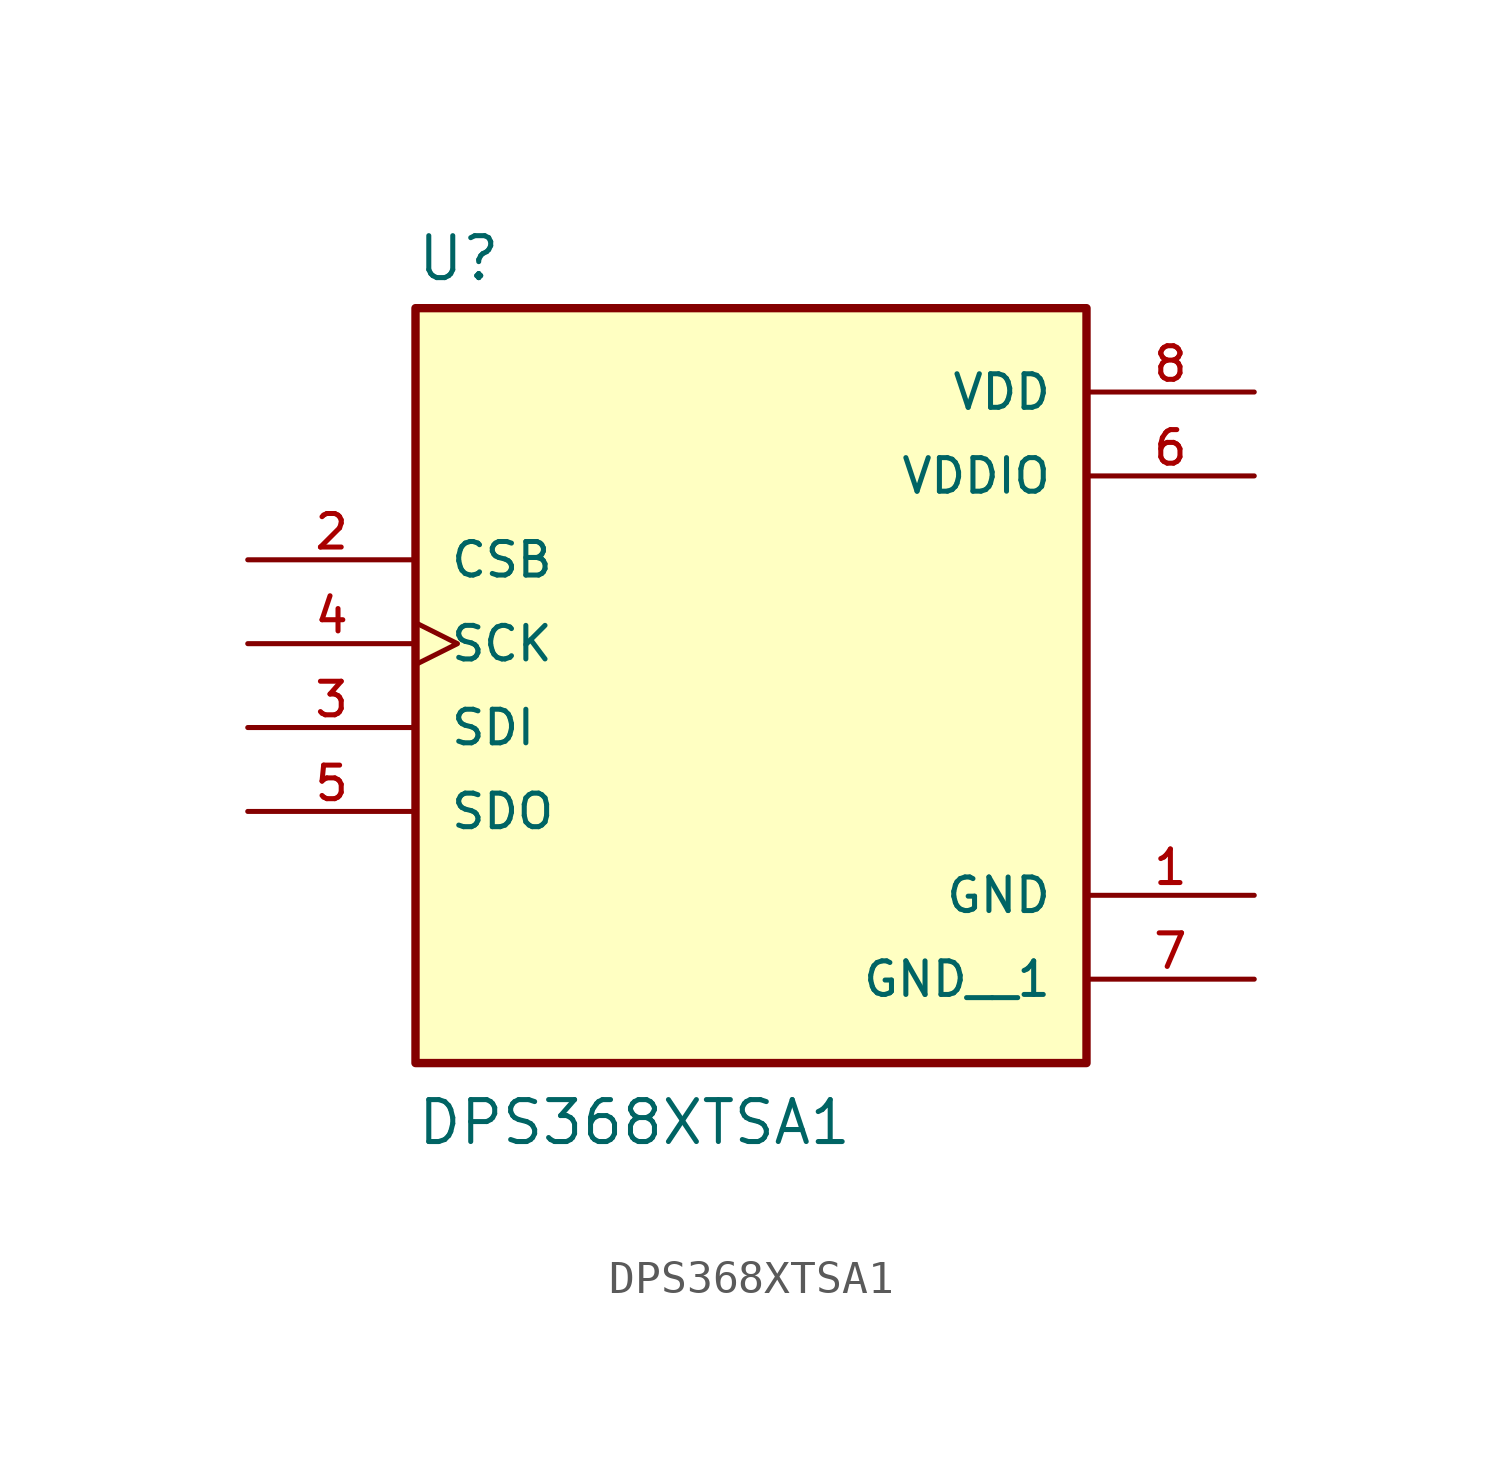
<source format=kicad_sym>
(kicad_symbol_lib
  (version 20211014)
  (generator kicad_symbol_editor)
  (symbol "DPS368XTSA1"
    (pin_names
      (offset 1.016))
    (property "Reference" "U"
      (at -10.16 10.922 0)
      (effects (font (size 1.27 1.27)) (justify bottom left)))
    (property "Value" "DPS368XTSA1"
      (at -10.16 -15.24 0)
      (effects (font (size 1.27 1.27)) (justify bottom left)))
    (symbol "DPS368XTSA1_0_0"
      (rectangle (start -10.16 -12.7) (end 10.16 10.16) (stroke (width 0.254)) (fill (type background)))
      (pin power_in line (at 15.24 -7.62 180.0) (length 5.08) (name "GND" (effects (font (size 1.016 1.016)))) (number "1" (effects (font (size 1.016 1.016)))))
      (pin input line (at -15.24 2.54 0) (length 5.08) (name "CSB" (effects (font (size 1.016 1.016)))) (number "2" (effects (font (size 1.016 1.016)))))
      (pin input line (at -15.24 -2.54 0) (length 5.08) (name "SDI" (effects (font (size 1.016 1.016)))) (number "3" (effects (font (size 1.016 1.016)))))
      (pin input clock (at -15.24 0.0 0) (length 5.08) (name "SCK" (effects (font (size 1.016 1.016)))) (number "4" (effects (font (size 1.016 1.016)))))
      (pin output line (at -15.24 -5.08 0) (length 5.08) (name "SDO" (effects (font (size 1.016 1.016)))) (number "5" (effects (font (size 1.016 1.016)))))
      (pin power_in line (at 15.24 5.08 180.0) (length 5.08) (name "VDDIO" (effects (font (size 1.016 1.016)))) (number "6" (effects (font (size 1.016 1.016)))))
      (pin power_in line (at 15.24 7.62 180.0) (length 5.08) (name "VDD" (effects (font (size 1.016 1.016)))) (number "8" (effects (font (size 1.016 1.016)))))
      (pin power_in line (at 15.24 -10.16 180.0) (length 5.08) (name "GND__1" (effects (font (size 1.016 1.016)))) (number "7" (effects (font (size 1.016 1.016))))))))
</source>
